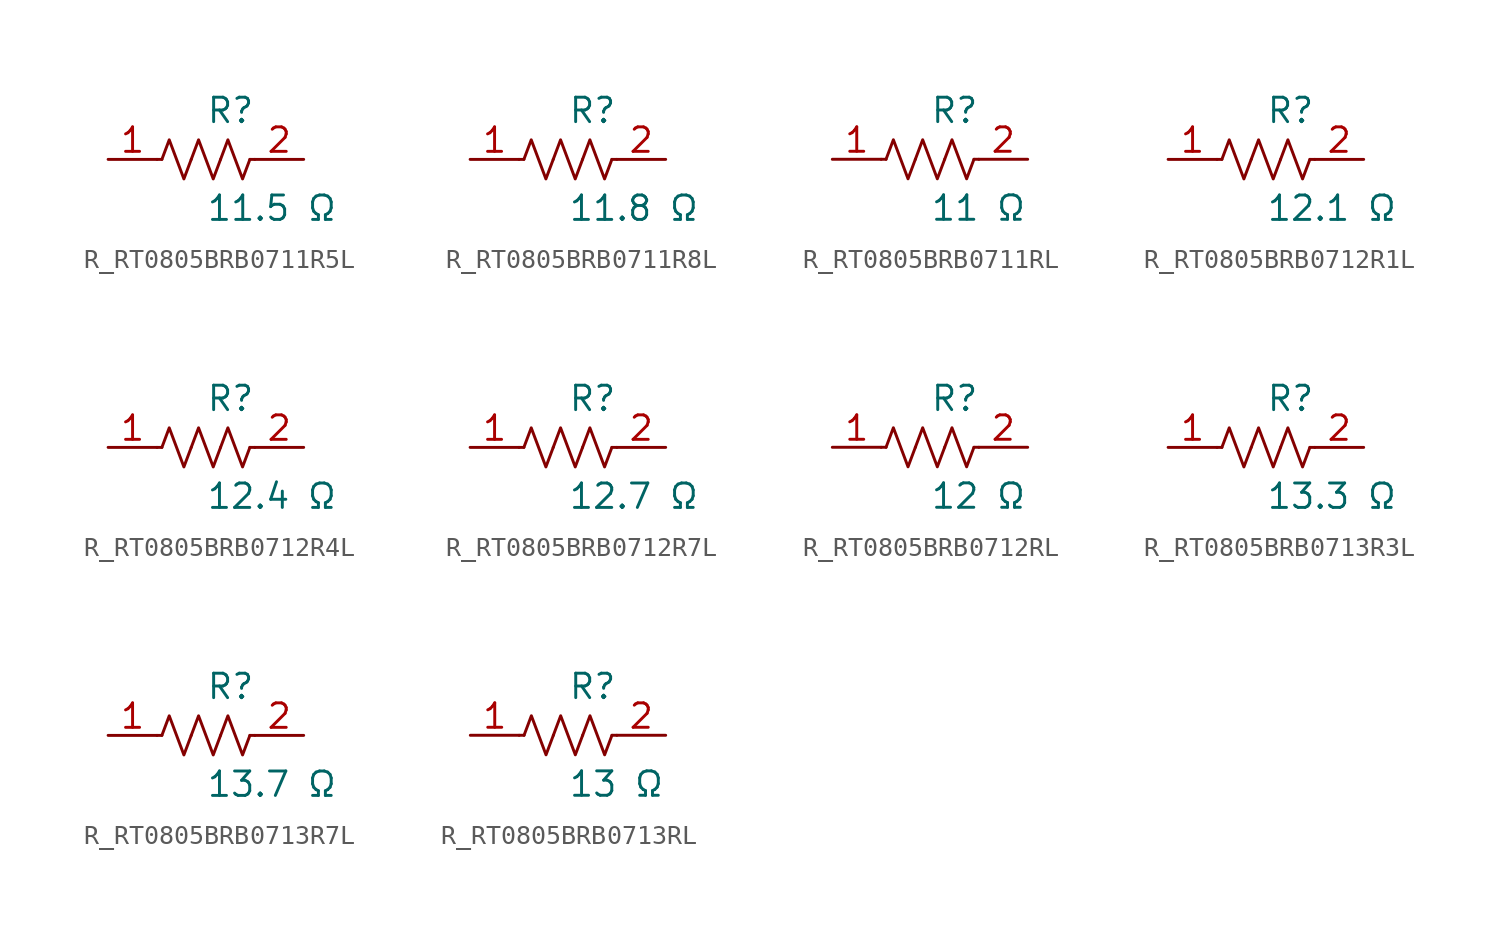
<source format=kicad_sym>
(kicad_symbol_lib
  (version 20231120)
  (generator kicad_symbol_editor)
  (generator_version 8.0)
  (symbol "R_RT0805BRB0711R5L"
    (pin_names
      (offset 0.254))
    (property "Reference" "R"
      (at 0.0 2.54 0)
      (effects (font (size 1.27 1.27)) (justify left)))
    (property "Value" "11.5 Ω"
      (at 0.0 -2.54 0)
      (effects (font (size 1.27 1.27)) (justify left)))
    (symbol "R_RT0805BRB0711R5L_0_1"
      (polyline (pts (xy 2.286 0) (xy 2.54 0)) (stroke (width 0) (type default)) (fill (type none)))
      (polyline (pts (xy -2.286 0) (xy -2.54 0)) (stroke (width 0) (type default)) (fill (type none)))
      (polyline (pts (xy 0.762 0) (xy 1.143 1.016) (xy 1.524 0) (xy 1.905 -1.016) (xy 2.286 0)) (stroke (width 0) (type default)) (fill (type none)))
      (polyline (pts (xy -0.762 0) (xy -0.381 1.016) (xy 0 0) (xy 0.381 -1.016) (xy 0.762 0)) (stroke (width 0) (type default)) (fill (type none)))
      (polyline (pts (xy -2.286 0) (xy -1.905 1.016) (xy -1.524 0) (xy -1.143 -1.016) (xy -0.762 0)) (stroke (width 0) (type default)) (fill (type none))))
    (pin unspecified line
      (at -5.08 0 0)
      (length 2.54)
      (name "" (effects (font (size 1.27 1.27))))
      (number "1" (effects (font (size 1.27 1.27)))))
    (pin unspecified line
      (at 5.08 0 180)
      (length 2.54)
      (name "" (effects (font (size 1.27 1.27))))
      (number "2" (effects (font (size 1.27 1.27))))))
  (symbol "R_RT0805BRB0711R8L"
    (pin_names
      (offset 0.254))
    (property "Reference" "R"
      (at 0.0 2.54 0)
      (effects (font (size 1.27 1.27)) (justify left)))
    (property "Value" "11.8 Ω"
      (at 0.0 -2.54 0)
      (effects (font (size 1.27 1.27)) (justify left)))
    (symbol "R_RT0805BRB0711R8L_0_1"
      (polyline (pts (xy 2.286 0) (xy 2.54 0)) (stroke (width 0) (type default)) (fill (type none)))
      (polyline (pts (xy -2.286 0) (xy -2.54 0)) (stroke (width 0) (type default)) (fill (type none)))
      (polyline (pts (xy 0.762 0) (xy 1.143 1.016) (xy 1.524 0) (xy 1.905 -1.016) (xy 2.286 0)) (stroke (width 0) (type default)) (fill (type none)))
      (polyline (pts (xy -0.762 0) (xy -0.381 1.016) (xy 0 0) (xy 0.381 -1.016) (xy 0.762 0)) (stroke (width 0) (type default)) (fill (type none)))
      (polyline (pts (xy -2.286 0) (xy -1.905 1.016) (xy -1.524 0) (xy -1.143 -1.016) (xy -0.762 0)) (stroke (width 0) (type default)) (fill (type none))))
    (pin unspecified line
      (at -5.08 0 0)
      (length 2.54)
      (name "" (effects (font (size 1.27 1.27))))
      (number "1" (effects (font (size 1.27 1.27)))))
    (pin unspecified line
      (at 5.08 0 180)
      (length 2.54)
      (name "" (effects (font (size 1.27 1.27))))
      (number "2" (effects (font (size 1.27 1.27))))))
  (symbol "R_RT0805BRB0711RL"
    (pin_names
      (offset 0.254))
    (property "Reference" "R"
      (at 0.0 2.54 0)
      (effects (font (size 1.27 1.27)) (justify left)))
    (property "Value" "11 Ω"
      (at 0.0 -2.54 0)
      (effects (font (size 1.27 1.27)) (justify left)))
    (symbol "R_RT0805BRB0711RL_0_1"
      (polyline (pts (xy 2.286 0) (xy 2.54 0)) (stroke (width 0) (type default)) (fill (type none)))
      (polyline (pts (xy -2.286 0) (xy -2.54 0)) (stroke (width 0) (type default)) (fill (type none)))
      (polyline (pts (xy 0.762 0) (xy 1.143 1.016) (xy 1.524 0) (xy 1.905 -1.016) (xy 2.286 0)) (stroke (width 0) (type default)) (fill (type none)))
      (polyline (pts (xy -0.762 0) (xy -0.381 1.016) (xy 0 0) (xy 0.381 -1.016) (xy 0.762 0)) (stroke (width 0) (type default)) (fill (type none)))
      (polyline (pts (xy -2.286 0) (xy -1.905 1.016) (xy -1.524 0) (xy -1.143 -1.016) (xy -0.762 0)) (stroke (width 0) (type default)) (fill (type none))))
    (pin unspecified line
      (at -5.08 0 0)
      (length 2.54)
      (name "" (effects (font (size 1.27 1.27))))
      (number "1" (effects (font (size 1.27 1.27)))))
    (pin unspecified line
      (at 5.08 0 180)
      (length 2.54)
      (name "" (effects (font (size 1.27 1.27))))
      (number "2" (effects (font (size 1.27 1.27))))))
  (symbol "R_RT0805BRB0712R1L"
    (pin_names
      (offset 0.254))
    (property "Reference" "R"
      (at 0.0 2.54 0)
      (effects (font (size 1.27 1.27)) (justify left)))
    (property "Value" "12.1 Ω"
      (at 0.0 -2.54 0)
      (effects (font (size 1.27 1.27)) (justify left)))
    (symbol "R_RT0805BRB0712R1L_0_1"
      (polyline (pts (xy 2.286 0) (xy 2.54 0)) (stroke (width 0) (type default)) (fill (type none)))
      (polyline (pts (xy -2.286 0) (xy -2.54 0)) (stroke (width 0) (type default)) (fill (type none)))
      (polyline (pts (xy 0.762 0) (xy 1.143 1.016) (xy 1.524 0) (xy 1.905 -1.016) (xy 2.286 0)) (stroke (width 0) (type default)) (fill (type none)))
      (polyline (pts (xy -0.762 0) (xy -0.381 1.016) (xy 0 0) (xy 0.381 -1.016) (xy 0.762 0)) (stroke (width 0) (type default)) (fill (type none)))
      (polyline (pts (xy -2.286 0) (xy -1.905 1.016) (xy -1.524 0) (xy -1.143 -1.016) (xy -0.762 0)) (stroke (width 0) (type default)) (fill (type none))))
    (pin unspecified line
      (at -5.08 0 0)
      (length 2.54)
      (name "" (effects (font (size 1.27 1.27))))
      (number "1" (effects (font (size 1.27 1.27)))))
    (pin unspecified line
      (at 5.08 0 180)
      (length 2.54)
      (name "" (effects (font (size 1.27 1.27))))
      (number "2" (effects (font (size 1.27 1.27))))))
  (symbol "R_RT0805BRB0712R4L"
    (pin_names
      (offset 0.254))
    (property "Reference" "R"
      (at 0.0 2.54 0)
      (effects (font (size 1.27 1.27)) (justify left)))
    (property "Value" "12.4 Ω"
      (at 0.0 -2.54 0)
      (effects (font (size 1.27 1.27)) (justify left)))
    (symbol "R_RT0805BRB0712R4L_0_1"
      (polyline (pts (xy 2.286 0) (xy 2.54 0)) (stroke (width 0) (type default)) (fill (type none)))
      (polyline (pts (xy -2.286 0) (xy -2.54 0)) (stroke (width 0) (type default)) (fill (type none)))
      (polyline (pts (xy 0.762 0) (xy 1.143 1.016) (xy 1.524 0) (xy 1.905 -1.016) (xy 2.286 0)) (stroke (width 0) (type default)) (fill (type none)))
      (polyline (pts (xy -0.762 0) (xy -0.381 1.016) (xy 0 0) (xy 0.381 -1.016) (xy 0.762 0)) (stroke (width 0) (type default)) (fill (type none)))
      (polyline (pts (xy -2.286 0) (xy -1.905 1.016) (xy -1.524 0) (xy -1.143 -1.016) (xy -0.762 0)) (stroke (width 0) (type default)) (fill (type none))))
    (pin unspecified line
      (at -5.08 0 0)
      (length 2.54)
      (name "" (effects (font (size 1.27 1.27))))
      (number "1" (effects (font (size 1.27 1.27)))))
    (pin unspecified line
      (at 5.08 0 180)
      (length 2.54)
      (name "" (effects (font (size 1.27 1.27))))
      (number "2" (effects (font (size 1.27 1.27))))))
  (symbol "R_RT0805BRB0712R7L"
    (pin_names
      (offset 0.254))
    (property "Reference" "R"
      (at 0.0 2.54 0)
      (effects (font (size 1.27 1.27)) (justify left)))
    (property "Value" "12.7 Ω"
      (at 0.0 -2.54 0)
      (effects (font (size 1.27 1.27)) (justify left)))
    (symbol "R_RT0805BRB0712R7L_0_1"
      (polyline (pts (xy 2.286 0) (xy 2.54 0)) (stroke (width 0) (type default)) (fill (type none)))
      (polyline (pts (xy -2.286 0) (xy -2.54 0)) (stroke (width 0) (type default)) (fill (type none)))
      (polyline (pts (xy 0.762 0) (xy 1.143 1.016) (xy 1.524 0) (xy 1.905 -1.016) (xy 2.286 0)) (stroke (width 0) (type default)) (fill (type none)))
      (polyline (pts (xy -0.762 0) (xy -0.381 1.016) (xy 0 0) (xy 0.381 -1.016) (xy 0.762 0)) (stroke (width 0) (type default)) (fill (type none)))
      (polyline (pts (xy -2.286 0) (xy -1.905 1.016) (xy -1.524 0) (xy -1.143 -1.016) (xy -0.762 0)) (stroke (width 0) (type default)) (fill (type none))))
    (pin unspecified line
      (at -5.08 0 0)
      (length 2.54)
      (name "" (effects (font (size 1.27 1.27))))
      (number "1" (effects (font (size 1.27 1.27)))))
    (pin unspecified line
      (at 5.08 0 180)
      (length 2.54)
      (name "" (effects (font (size 1.27 1.27))))
      (number "2" (effects (font (size 1.27 1.27))))))
  (symbol "R_RT0805BRB0712RL"
    (pin_names
      (offset 0.254))
    (property "Reference" "R"
      (at 0.0 2.54 0)
      (effects (font (size 1.27 1.27)) (justify left)))
    (property "Value" "12 Ω"
      (at 0.0 -2.54 0)
      (effects (font (size 1.27 1.27)) (justify left)))
    (symbol "R_RT0805BRB0712RL_0_1"
      (polyline (pts (xy 2.286 0) (xy 2.54 0)) (stroke (width 0) (type default)) (fill (type none)))
      (polyline (pts (xy -2.286 0) (xy -2.54 0)) (stroke (width 0) (type default)) (fill (type none)))
      (polyline (pts (xy 0.762 0) (xy 1.143 1.016) (xy 1.524 0) (xy 1.905 -1.016) (xy 2.286 0)) (stroke (width 0) (type default)) (fill (type none)))
      (polyline (pts (xy -0.762 0) (xy -0.381 1.016) (xy 0 0) (xy 0.381 -1.016) (xy 0.762 0)) (stroke (width 0) (type default)) (fill (type none)))
      (polyline (pts (xy -2.286 0) (xy -1.905 1.016) (xy -1.524 0) (xy -1.143 -1.016) (xy -0.762 0)) (stroke (width 0) (type default)) (fill (type none))))
    (pin unspecified line
      (at -5.08 0 0)
      (length 2.54)
      (name "" (effects (font (size 1.27 1.27))))
      (number "1" (effects (font (size 1.27 1.27)))))
    (pin unspecified line
      (at 5.08 0 180)
      (length 2.54)
      (name "" (effects (font (size 1.27 1.27))))
      (number "2" (effects (font (size 1.27 1.27))))))
  (symbol "R_RT0805BRB0713R3L"
    (pin_names
      (offset 0.254))
    (property "Reference" "R"
      (at 0.0 2.54 0)
      (effects (font (size 1.27 1.27)) (justify left)))
    (property "Value" "13.3 Ω"
      (at 0.0 -2.54 0)
      (effects (font (size 1.27 1.27)) (justify left)))
    (symbol "R_RT0805BRB0713R3L_0_1"
      (polyline (pts (xy 2.286 0) (xy 2.54 0)) (stroke (width 0) (type default)) (fill (type none)))
      (polyline (pts (xy -2.286 0) (xy -2.54 0)) (stroke (width 0) (type default)) (fill (type none)))
      (polyline (pts (xy 0.762 0) (xy 1.143 1.016) (xy 1.524 0) (xy 1.905 -1.016) (xy 2.286 0)) (stroke (width 0) (type default)) (fill (type none)))
      (polyline (pts (xy -0.762 0) (xy -0.381 1.016) (xy 0 0) (xy 0.381 -1.016) (xy 0.762 0)) (stroke (width 0) (type default)) (fill (type none)))
      (polyline (pts (xy -2.286 0) (xy -1.905 1.016) (xy -1.524 0) (xy -1.143 -1.016) (xy -0.762 0)) (stroke (width 0) (type default)) (fill (type none))))
    (pin unspecified line
      (at -5.08 0 0)
      (length 2.54)
      (name "" (effects (font (size 1.27 1.27))))
      (number "1" (effects (font (size 1.27 1.27)))))
    (pin unspecified line
      (at 5.08 0 180)
      (length 2.54)
      (name "" (effects (font (size 1.27 1.27))))
      (number "2" (effects (font (size 1.27 1.27))))))
  (symbol "R_RT0805BRB0713R7L"
    (pin_names
      (offset 0.254))
    (property "Reference" "R"
      (at 0.0 2.54 0)
      (effects (font (size 1.27 1.27)) (justify left)))
    (property "Value" "13.7 Ω"
      (at 0.0 -2.54 0)
      (effects (font (size 1.27 1.27)) (justify left)))
    (symbol "R_RT0805BRB0713R7L_0_1"
      (polyline (pts (xy 2.286 0) (xy 2.54 0)) (stroke (width 0) (type default)) (fill (type none)))
      (polyline (pts (xy -2.286 0) (xy -2.54 0)) (stroke (width 0) (type default)) (fill (type none)))
      (polyline (pts (xy 0.762 0) (xy 1.143 1.016) (xy 1.524 0) (xy 1.905 -1.016) (xy 2.286 0)) (stroke (width 0) (type default)) (fill (type none)))
      (polyline (pts (xy -0.762 0) (xy -0.381 1.016) (xy 0 0) (xy 0.381 -1.016) (xy 0.762 0)) (stroke (width 0) (type default)) (fill (type none)))
      (polyline (pts (xy -2.286 0) (xy -1.905 1.016) (xy -1.524 0) (xy -1.143 -1.016) (xy -0.762 0)) (stroke (width 0) (type default)) (fill (type none))))
    (pin unspecified line
      (at -5.08 0 0)
      (length 2.54)
      (name "" (effects (font (size 1.27 1.27))))
      (number "1" (effects (font (size 1.27 1.27)))))
    (pin unspecified line
      (at 5.08 0 180)
      (length 2.54)
      (name "" (effects (font (size 1.27 1.27))))
      (number "2" (effects (font (size 1.27 1.27))))))
  (symbol "R_RT0805BRB0713RL"
    (pin_names
      (offset 0.254))
    (property "Reference" "R"
      (at 0.0 2.54 0)
      (effects (font (size 1.27 1.27)) (justify left)))
    (property "Value" "13 Ω"
      (at 0.0 -2.54 0)
      (effects (font (size 1.27 1.27)) (justify left)))
    (symbol "R_RT0805BRB0713RL_0_1"
      (polyline (pts (xy 2.286 0) (xy 2.54 0)) (stroke (width 0) (type default)) (fill (type none)))
      (polyline (pts (xy -2.286 0) (xy -2.54 0)) (stroke (width 0) (type default)) (fill (type none)))
      (polyline (pts (xy 0.762 0) (xy 1.143 1.016) (xy 1.524 0) (xy 1.905 -1.016) (xy 2.286 0)) (stroke (width 0) (type default)) (fill (type none)))
      (polyline (pts (xy -0.762 0) (xy -0.381 1.016) (xy 0 0) (xy 0.381 -1.016) (xy 0.762 0)) (stroke (width 0) (type default)) (fill (type none)))
      (polyline (pts (xy -2.286 0) (xy -1.905 1.016) (xy -1.524 0) (xy -1.143 -1.016) (xy -0.762 0)) (stroke (width 0) (type default)) (fill (type none))))
    (pin unspecified line
      (at -5.08 0 0)
      (length 2.54)
      (name "" (effects (font (size 1.27 1.27))))
      (number "1" (effects (font (size 1.27 1.27)))))
    (pin unspecified line
      (at 5.08 0 180)
      (length 2.54)
      (name "" (effects (font (size 1.27 1.27))))
      (number "2" (effects (font (size 1.27 1.27)))))))
</source>
